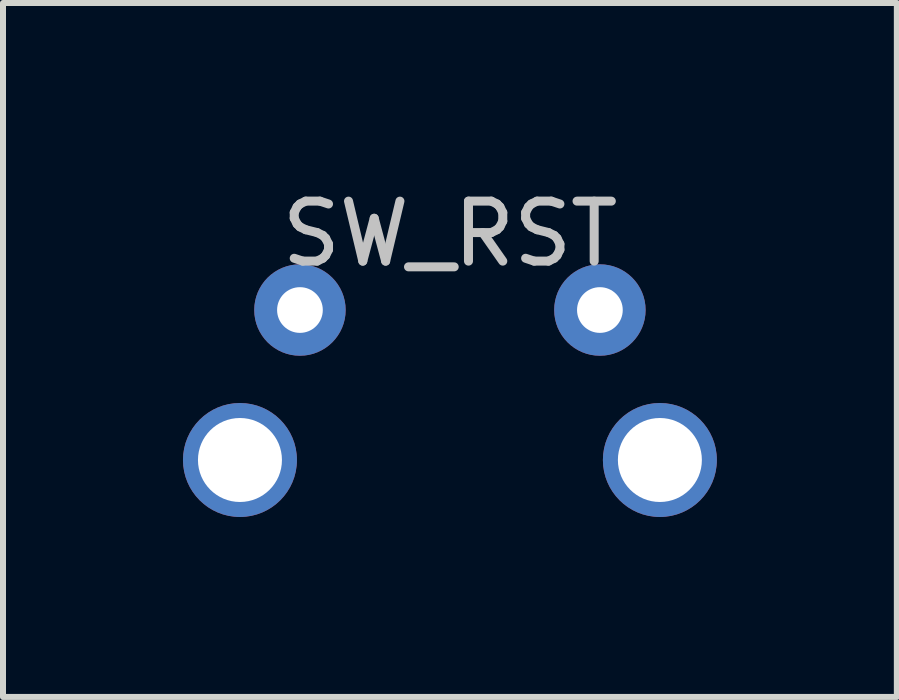
<source format=kicad_pcb>
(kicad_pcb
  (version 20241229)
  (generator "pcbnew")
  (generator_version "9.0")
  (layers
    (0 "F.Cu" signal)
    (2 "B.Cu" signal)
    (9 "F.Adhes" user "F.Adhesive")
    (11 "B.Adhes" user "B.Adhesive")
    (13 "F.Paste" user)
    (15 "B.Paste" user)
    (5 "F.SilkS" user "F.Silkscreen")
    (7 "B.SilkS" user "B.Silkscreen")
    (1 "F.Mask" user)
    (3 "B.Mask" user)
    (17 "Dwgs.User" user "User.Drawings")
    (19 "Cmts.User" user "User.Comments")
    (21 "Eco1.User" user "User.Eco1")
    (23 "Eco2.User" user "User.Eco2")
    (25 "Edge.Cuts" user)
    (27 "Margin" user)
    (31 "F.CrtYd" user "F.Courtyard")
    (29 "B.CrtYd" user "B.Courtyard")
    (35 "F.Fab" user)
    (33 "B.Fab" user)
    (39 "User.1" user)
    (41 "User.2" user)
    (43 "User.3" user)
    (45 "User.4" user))
  (footprint "SW_RST"
    (layer "F.Cu")
    (at 4.45 2.118)
    (property "Reference" "SW_RST" (at 0 -1.27 0) (layer "Dwgs.User") (effects (font (size 1 1) (thickness 0.15))))
    (attr through_hole)
    (pad "1" thru_hole circle (at -2.5 0) (size 1.524 1.524) (drill 0.762) (layers "*.Cu" "*.Mask"))
    (pad "2" thru_hole circle (at 2.5 0) (size 1.524 1.524) (drill 0.762) (layers "*.Cu" "*.Mask"))
    (pad "3" thru_hole circle (at -3.5 2.5) (size 1.9 1.9) (drill 1.4) (layers "*.Cu" "*.Mask"))
    (pad "3" thru_hole circle (at 3.5 2.5) (size 1.9 1.9) (drill 1.4) (layers "*.Cu" "*.Mask")))
  (gr_rect
    (start -3 -3)
    (end 11.9 8.568)
    (stroke (width 0.1) (type default))
    (fill no)
    (layer "Edge.Cuts")))
</source>
